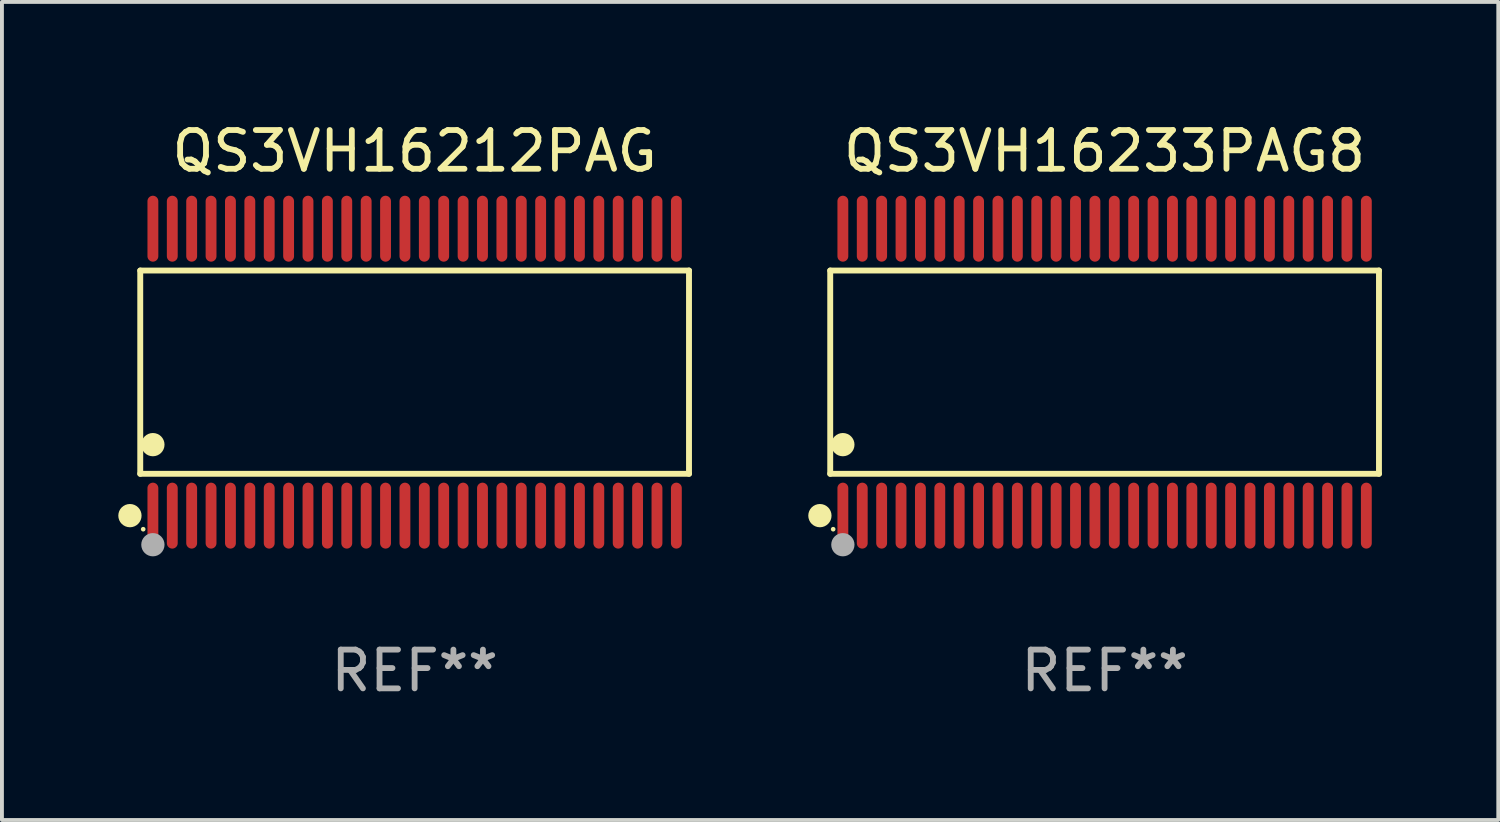
<source format=kicad_pcb>
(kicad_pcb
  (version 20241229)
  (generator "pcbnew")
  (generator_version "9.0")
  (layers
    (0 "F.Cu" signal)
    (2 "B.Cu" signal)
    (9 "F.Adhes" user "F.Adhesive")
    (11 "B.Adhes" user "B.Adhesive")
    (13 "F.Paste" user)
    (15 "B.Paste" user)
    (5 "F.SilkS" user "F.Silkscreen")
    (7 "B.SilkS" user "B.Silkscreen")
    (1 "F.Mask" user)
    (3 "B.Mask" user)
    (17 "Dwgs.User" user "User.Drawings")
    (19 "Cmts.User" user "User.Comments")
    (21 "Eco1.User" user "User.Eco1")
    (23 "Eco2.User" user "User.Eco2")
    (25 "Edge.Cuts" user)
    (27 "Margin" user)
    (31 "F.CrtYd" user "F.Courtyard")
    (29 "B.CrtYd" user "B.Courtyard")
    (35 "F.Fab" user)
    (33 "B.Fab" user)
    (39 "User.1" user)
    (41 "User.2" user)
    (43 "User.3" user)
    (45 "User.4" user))
  (footprint "QS3VH16212PAG"
    (layer "F.Cu")
    (at 7.643 6.548)
    (property "Reference" "QS3VH16212PAG" (at 0 -5.7 0) (layer "F.SilkS") (effects (font (size 1 1) (thickness 0.15))))
    (attr through_hole)
    (fp_line (start -7.076 -2.621) (end 7.076 -2.621) (stroke (width 0.152) (type solid)) (layer "F.SilkS"))
    (fp_line (start -7.076 2.621) (end -7.076 -2.621) (stroke (width 0.152) (type solid)) (layer "F.SilkS"))
    (fp_line (start 7.076 -2.621) (end 7.076 2.621) (stroke (width 0.152) (type solid)) (layer "F.SilkS"))
    (fp_line (start 7.076 2.621) (end -7.076 2.621) (stroke (width 0.152) (type solid)) (layer "F.SilkS"))
    (fp_circle (center -7.342 3.7) (end -7.192 3.7) (stroke (width 0.3) (type solid)) (fill no) (layer "F.SilkS"))
    (fp_circle (center -7 4.05) (end -6.97 4.05) (stroke (width 0.06) (type solid)) (fill no) (layer "F.SilkS"))
    (fp_circle (center -6.75 1.869) (end -6.6 1.869) (stroke (width 0.3) (type solid)) (fill no) (layer "F.SilkS"))
    (fp_circle (center -6.75 4.45) (end -6.6 4.45) (stroke (width 0.3) (type solid)) (fill no) (layer "F.Fab"))
    (fp_text user "REF**" (at 0 7.7 0) (layer "F.Fab") (effects (font (size 1 1) (thickness 0.15))))
    (pad "1" smd oval (at -6.75 3.7) (size 0.28 1.7) (layers "F.Cu" "F.Mask" "F.Paste"))
    (pad "2" smd oval (at -6.25 3.7) (size 0.28 1.7) (layers "F.Cu" "F.Mask" "F.Paste"))
    (pad "3" smd oval (at -5.75 3.7) (size 0.28 1.7) (layers "F.Cu" "F.Mask" "F.Paste"))
    (pad "4" smd oval (at -5.25 3.7) (size 0.28 1.7) (layers "F.Cu" "F.Mask" "F.Paste"))
    (pad "5" smd oval (at -4.75 3.7) (size 0.28 1.7) (layers "F.Cu" "F.Mask" "F.Paste"))
    (pad "6" smd oval (at -4.25 3.7) (size 0.28 1.7) (layers "F.Cu" "F.Mask" "F.Paste"))
    (pad "7" smd oval (at -3.75 3.7) (size 0.28 1.7) (layers "F.Cu" "F.Mask" "F.Paste"))
    (pad "8" smd oval (at -3.25 3.7) (size 0.28 1.7) (layers "F.Cu" "F.Mask" "F.Paste"))
    (pad "9" smd oval (at -2.75 3.7) (size 0.28 1.7) (layers "F.Cu" "F.Mask" "F.Paste"))
    (pad "10" smd oval (at -2.25 3.7) (size 0.28 1.7) (layers "F.Cu" "F.Mask" "F.Paste"))
    (pad "11" smd oval (at -1.75 3.7) (size 0.28 1.7) (layers "F.Cu" "F.Mask" "F.Paste"))
    (pad "12" smd oval (at -1.25 3.7) (size 0.28 1.7) (layers "F.Cu" "F.Mask" "F.Paste"))
    (pad "13" smd oval (at -0.75 3.7) (size 0.28 1.7) (layers "F.Cu" "F.Mask" "F.Paste"))
    (pad "14" smd oval (at -0.25 3.7) (size 0.28 1.7) (layers "F.Cu" "F.Mask" "F.Paste"))
    (pad "15" smd oval (at 0.25 3.7) (size 0.28 1.7) (layers "F.Cu" "F.Mask" "F.Paste"))
    (pad "16" smd oval (at 0.75 3.7) (size 0.28 1.7) (layers "F.Cu" "F.Mask" "F.Paste"))
    (pad "17" smd oval (at 1.25 3.7) (size 0.28 1.7) (layers "F.Cu" "F.Mask" "F.Paste"))
    (pad "18" smd oval (at 1.75 3.7) (size 0.28 1.7) (layers "F.Cu" "F.Mask" "F.Paste"))
    (pad "19" smd oval (at 2.25 3.7) (size 0.28 1.7) (layers "F.Cu" "F.Mask" "F.Paste"))
    (pad "20" smd oval (at 2.75 3.7) (size 0.28 1.7) (layers "F.Cu" "F.Mask" "F.Paste"))
    (pad "21" smd oval (at 3.25 3.7) (size 0.28 1.7) (layers "F.Cu" "F.Mask" "F.Paste"))
    (pad "22" smd oval (at 3.75 3.7) (size 0.28 1.7) (layers "F.Cu" "F.Mask" "F.Paste"))
    (pad "23" smd oval (at 4.25 3.7) (size 0.28 1.7) (layers "F.Cu" "F.Mask" "F.Paste"))
    (pad "24" smd oval (at 4.75 3.7) (size 0.28 1.7) (layers "F.Cu" "F.Mask" "F.Paste"))
    (pad "25" smd oval (at 5.25 3.7) (size 0.28 1.7) (layers "F.Cu" "F.Mask" "F.Paste"))
    (pad "26" smd oval (at 5.75 3.7) (size 0.28 1.7) (layers "F.Cu" "F.Mask" "F.Paste"))
    (pad "27" smd oval (at 6.25 3.7) (size 0.28 1.7) (layers "F.Cu" "F.Mask" "F.Paste"))
    (pad "28" smd oval (at 6.75 3.7) (size 0.28 1.7) (layers "F.Cu" "F.Mask" "F.Paste"))
    (pad "29" smd oval (at 6.75 -3.7) (size 0.28 1.7) (layers "F.Cu" "F.Mask" "F.Paste"))
    (pad "30" smd oval (at 6.25 -3.7) (size 0.28 1.7) (layers "F.Cu" "F.Mask" "F.Paste"))
    (pad "31" smd oval (at 5.75 -3.7) (size 0.28 1.7) (layers "F.Cu" "F.Mask" "F.Paste"))
    (pad "32" smd oval (at 5.25 -3.7) (size 0.28 1.7) (layers "F.Cu" "F.Mask" "F.Paste"))
    (pad "33" smd oval (at 4.75 -3.7) (size 0.28 1.7) (layers "F.Cu" "F.Mask" "F.Paste"))
    (pad "34" smd oval (at 4.25 -3.7) (size 0.28 1.7) (layers "F.Cu" "F.Mask" "F.Paste"))
    (pad "35" smd oval (at 3.75 -3.7) (size 0.28 1.7) (layers "F.Cu" "F.Mask" "F.Paste"))
    (pad "36" smd oval (at 3.25 -3.7) (size 0.28 1.7) (layers "F.Cu" "F.Mask" "F.Paste"))
    (pad "37" smd oval (at 2.75 -3.7) (size 0.28 1.7) (layers "F.Cu" "F.Mask" "F.Paste"))
    (pad "38" smd oval (at 2.25 -3.7) (size 0.28 1.7) (layers "F.Cu" "F.Mask" "F.Paste"))
    (pad "39" smd oval (at 1.75 -3.7) (size 0.28 1.7) (layers "F.Cu" "F.Mask" "F.Paste"))
    (pad "40" smd oval (at 1.25 -3.7) (size 0.28 1.7) (layers "F.Cu" "F.Mask" "F.Paste"))
    (pad "41" smd oval (at 0.75 -3.7) (size 0.28 1.7) (layers "F.Cu" "F.Mask" "F.Paste"))
    (pad "42" smd oval (at 0.25 -3.7) (size 0.28 1.7) (layers "F.Cu" "F.Mask" "F.Paste"))
    (pad "43" smd oval (at -0.25 -3.7) (size 0.28 1.7) (layers "F.Cu" "F.Mask" "F.Paste"))
    (pad "44" smd oval (at -0.75 -3.7) (size 0.28 1.7) (layers "F.Cu" "F.Mask" "F.Paste"))
    (pad "45" smd oval (at -1.25 -3.7) (size 0.28 1.7) (layers "F.Cu" "F.Mask" "F.Paste"))
    (pad "46" smd oval (at -1.75 -3.7) (size 0.28 1.7) (layers "F.Cu" "F.Mask" "F.Paste"))
    (pad "47" smd oval (at -2.25 -3.7) (size 0.28 1.7) (layers "F.Cu" "F.Mask" "F.Paste"))
    (pad "48" smd oval (at -2.75 -3.7) (size 0.28 1.7) (layers "F.Cu" "F.Mask" "F.Paste"))
    (pad "49" smd oval (at -3.25 -3.7) (size 0.28 1.7) (layers "F.Cu" "F.Mask" "F.Paste"))
    (pad "50" smd oval (at -3.75 -3.7) (size 0.28 1.7) (layers "F.Cu" "F.Mask" "F.Paste"))
    (pad "51" smd oval (at -4.25 -3.7) (size 0.28 1.7) (layers "F.Cu" "F.Mask" "F.Paste"))
    (pad "52" smd oval (at -4.75 -3.7) (size 0.28 1.7) (layers "F.Cu" "F.Mask" "F.Paste"))
    (pad "53" smd oval (at -5.25 -3.7) (size 0.28 1.7) (layers "F.Cu" "F.Mask" "F.Paste"))
    (pad "54" smd oval (at -5.75 -3.7) (size 0.28 1.7) (layers "F.Cu" "F.Mask" "F.Paste"))
    (pad "55" smd oval (at -6.25 -3.7) (size 0.28 1.7) (layers "F.Cu" "F.Mask" "F.Paste"))
    (pad "56" smd oval (at -6.75 -3.7) (size 0.28 1.7) (layers "F.Cu" "F.Mask" "F.Paste")))
  (footprint "QS3VH16233PAG8"
    (layer "F.Cu")
    (at 25.437 6.548)
    (property "Reference" "QS3VH16233PAG8" (at 0 -5.7 0) (layer "F.SilkS") (effects (font (size 1 1) (thickness 0.15))))
    (attr through_hole)
    (fp_line (start -7.076 -2.621) (end 7.076 -2.621) (stroke (width 0.152) (type solid)) (layer "F.SilkS"))
    (fp_line (start -7.076 2.621) (end -7.076 -2.621) (stroke (width 0.152) (type solid)) (layer "F.SilkS"))
    (fp_line (start 7.076 -2.621) (end 7.076 2.621) (stroke (width 0.152) (type solid)) (layer "F.SilkS"))
    (fp_line (start 7.076 2.621) (end -7.076 2.621) (stroke (width 0.152) (type solid)) (layer "F.SilkS"))
    (fp_circle (center -7.342 3.7) (end -7.192 3.7) (stroke (width 0.3) (type solid)) (fill no) (layer "F.SilkS"))
    (fp_circle (center -7 4.05) (end -6.97 4.05) (stroke (width 0.06) (type solid)) (fill no) (layer "F.SilkS"))
    (fp_circle (center -6.75 1.869) (end -6.6 1.869) (stroke (width 0.3) (type solid)) (fill no) (layer "F.SilkS"))
    (fp_circle (center -6.75 4.45) (end -6.6 4.45) (stroke (width 0.3) (type solid)) (fill no) (layer "F.Fab"))
    (fp_text user "REF**" (at 0 7.7 0) (layer "F.Fab") (effects (font (size 1 1) (thickness 0.15))))
    (pad "1" smd oval (at -6.75 3.7) (size 0.28 1.7) (layers "F.Cu" "F.Mask" "F.Paste"))
    (pad "2" smd oval (at -6.25 3.7) (size 0.28 1.7) (layers "F.Cu" "F.Mask" "F.Paste"))
    (pad "3" smd oval (at -5.75 3.7) (size 0.28 1.7) (layers "F.Cu" "F.Mask" "F.Paste"))
    (pad "4" smd oval (at -5.25 3.7) (size 0.28 1.7) (layers "F.Cu" "F.Mask" "F.Paste"))
    (pad "5" smd oval (at -4.75 3.7) (size 0.28 1.7) (layers "F.Cu" "F.Mask" "F.Paste"))
    (pad "6" smd oval (at -4.25 3.7) (size 0.28 1.7) (layers "F.Cu" "F.Mask" "F.Paste"))
    (pad "7" smd oval (at -3.75 3.7) (size 0.28 1.7) (layers "F.Cu" "F.Mask" "F.Paste"))
    (pad "8" smd oval (at -3.25 3.7) (size 0.28 1.7) (layers "F.Cu" "F.Mask" "F.Paste"))
    (pad "9" smd oval (at -2.75 3.7) (size 0.28 1.7) (layers "F.Cu" "F.Mask" "F.Paste"))
    (pad "10" smd oval (at -2.25 3.7) (size 0.28 1.7) (layers "F.Cu" "F.Mask" "F.Paste"))
    (pad "11" smd oval (at -1.75 3.7) (size 0.28 1.7) (layers "F.Cu" "F.Mask" "F.Paste"))
    (pad "12" smd oval (at -1.25 3.7) (size 0.28 1.7) (layers "F.Cu" "F.Mask" "F.Paste"))
    (pad "13" smd oval (at -0.75 3.7) (size 0.28 1.7) (layers "F.Cu" "F.Mask" "F.Paste"))
    (pad "14" smd oval (at -0.25 3.7) (size 0.28 1.7) (layers "F.Cu" "F.Mask" "F.Paste"))
    (pad "15" smd oval (at 0.25 3.7) (size 0.28 1.7) (layers "F.Cu" "F.Mask" "F.Paste"))
    (pad "16" smd oval (at 0.75 3.7) (size 0.28 1.7) (layers "F.Cu" "F.Mask" "F.Paste"))
    (pad "17" smd oval (at 1.25 3.7) (size 0.28 1.7) (layers "F.Cu" "F.Mask" "F.Paste"))
    (pad "18" smd oval (at 1.75 3.7) (size 0.28 1.7) (layers "F.Cu" "F.Mask" "F.Paste"))
    (pad "19" smd oval (at 2.25 3.7) (size 0.28 1.7) (layers "F.Cu" "F.Mask" "F.Paste"))
    (pad "20" smd oval (at 2.75 3.7) (size 0.28 1.7) (layers "F.Cu" "F.Mask" "F.Paste"))
    (pad "21" smd oval (at 3.25 3.7) (size 0.28 1.7) (layers "F.Cu" "F.Mask" "F.Paste"))
    (pad "22" smd oval (at 3.75 3.7) (size 0.28 1.7) (layers "F.Cu" "F.Mask" "F.Paste"))
    (pad "23" smd oval (at 4.25 3.7) (size 0.28 1.7) (layers "F.Cu" "F.Mask" "F.Paste"))
    (pad "24" smd oval (at 4.75 3.7) (size 0.28 1.7) (layers "F.Cu" "F.Mask" "F.Paste"))
    (pad "25" smd oval (at 5.25 3.7) (size 0.28 1.7) (layers "F.Cu" "F.Mask" "F.Paste"))
    (pad "26" smd oval (at 5.75 3.7) (size 0.28 1.7) (layers "F.Cu" "F.Mask" "F.Paste"))
    (pad "27" smd oval (at 6.25 3.7) (size 0.28 1.7) (layers "F.Cu" "F.Mask" "F.Paste"))
    (pad "28" smd oval (at 6.75 3.7) (size 0.28 1.7) (layers "F.Cu" "F.Mask" "F.Paste"))
    (pad "29" smd oval (at 6.75 -3.7) (size 0.28 1.7) (layers "F.Cu" "F.Mask" "F.Paste"))
    (pad "30" smd oval (at 6.25 -3.7) (size 0.28 1.7) (layers "F.Cu" "F.Mask" "F.Paste"))
    (pad "31" smd oval (at 5.75 -3.7) (size 0.28 1.7) (layers "F.Cu" "F.Mask" "F.Paste"))
    (pad "32" smd oval (at 5.25 -3.7) (size 0.28 1.7) (layers "F.Cu" "F.Mask" "F.Paste"))
    (pad "33" smd oval (at 4.75 -3.7) (size 0.28 1.7) (layers "F.Cu" "F.Mask" "F.Paste"))
    (pad "34" smd oval (at 4.25 -3.7) (size 0.28 1.7) (layers "F.Cu" "F.Mask" "F.Paste"))
    (pad "35" smd oval (at 3.75 -3.7) (size 0.28 1.7) (layers "F.Cu" "F.Mask" "F.Paste"))
    (pad "36" smd oval (at 3.25 -3.7) (size 0.28 1.7) (layers "F.Cu" "F.Mask" "F.Paste"))
    (pad "37" smd oval (at 2.75 -3.7) (size 0.28 1.7) (layers "F.Cu" "F.Mask" "F.Paste"))
    (pad "38" smd oval (at 2.25 -3.7) (size 0.28 1.7) (layers "F.Cu" "F.Mask" "F.Paste"))
    (pad "39" smd oval (at 1.75 -3.7) (size 0.28 1.7) (layers "F.Cu" "F.Mask" "F.Paste"))
    (pad "40" smd oval (at 1.25 -3.7) (size 0.28 1.7) (layers "F.Cu" "F.Mask" "F.Paste"))
    (pad "41" smd oval (at 0.75 -3.7) (size 0.28 1.7) (layers "F.Cu" "F.Mask" "F.Paste"))
    (pad "42" smd oval (at 0.25 -3.7) (size 0.28 1.7) (layers "F.Cu" "F.Mask" "F.Paste"))
    (pad "43" smd oval (at -0.25 -3.7) (size 0.28 1.7) (layers "F.Cu" "F.Mask" "F.Paste"))
    (pad "44" smd oval (at -0.75 -3.7) (size 0.28 1.7) (layers "F.Cu" "F.Mask" "F.Paste"))
    (pad "45" smd oval (at -1.25 -3.7) (size 0.28 1.7) (layers "F.Cu" "F.Mask" "F.Paste"))
    (pad "46" smd oval (at -1.75 -3.7) (size 0.28 1.7) (layers "F.Cu" "F.Mask" "F.Paste"))
    (pad "47" smd oval (at -2.25 -3.7) (size 0.28 1.7) (layers "F.Cu" "F.Mask" "F.Paste"))
    (pad "48" smd oval (at -2.75 -3.7) (size 0.28 1.7) (layers "F.Cu" "F.Mask" "F.Paste"))
    (pad "49" smd oval (at -3.25 -3.7) (size 0.28 1.7) (layers "F.Cu" "F.Mask" "F.Paste"))
    (pad "50" smd oval (at -3.75 -3.7) (size 0.28 1.7) (layers "F.Cu" "F.Mask" "F.Paste"))
    (pad "51" smd oval (at -4.25 -3.7) (size 0.28 1.7) (layers "F.Cu" "F.Mask" "F.Paste"))
    (pad "52" smd oval (at -4.75 -3.7) (size 0.28 1.7) (layers "F.Cu" "F.Mask" "F.Paste"))
    (pad "53" smd oval (at -5.25 -3.7) (size 0.28 1.7) (layers "F.Cu" "F.Mask" "F.Paste"))
    (pad "54" smd oval (at -5.75 -3.7) (size 0.28 1.7) (layers "F.Cu" "F.Mask" "F.Paste"))
    (pad "55" smd oval (at -6.25 -3.7) (size 0.28 1.7) (layers "F.Cu" "F.Mask" "F.Paste"))
    (pad "56" smd oval (at -6.75 -3.7) (size 0.28 1.7) (layers "F.Cu" "F.Mask" "F.Paste")))
  (gr_rect
    (start -3 -3)
    (end 35.59 18.097)
    (stroke (width 0.1) (type default))
    (fill no)
    (layer "Edge.Cuts")))
</source>
